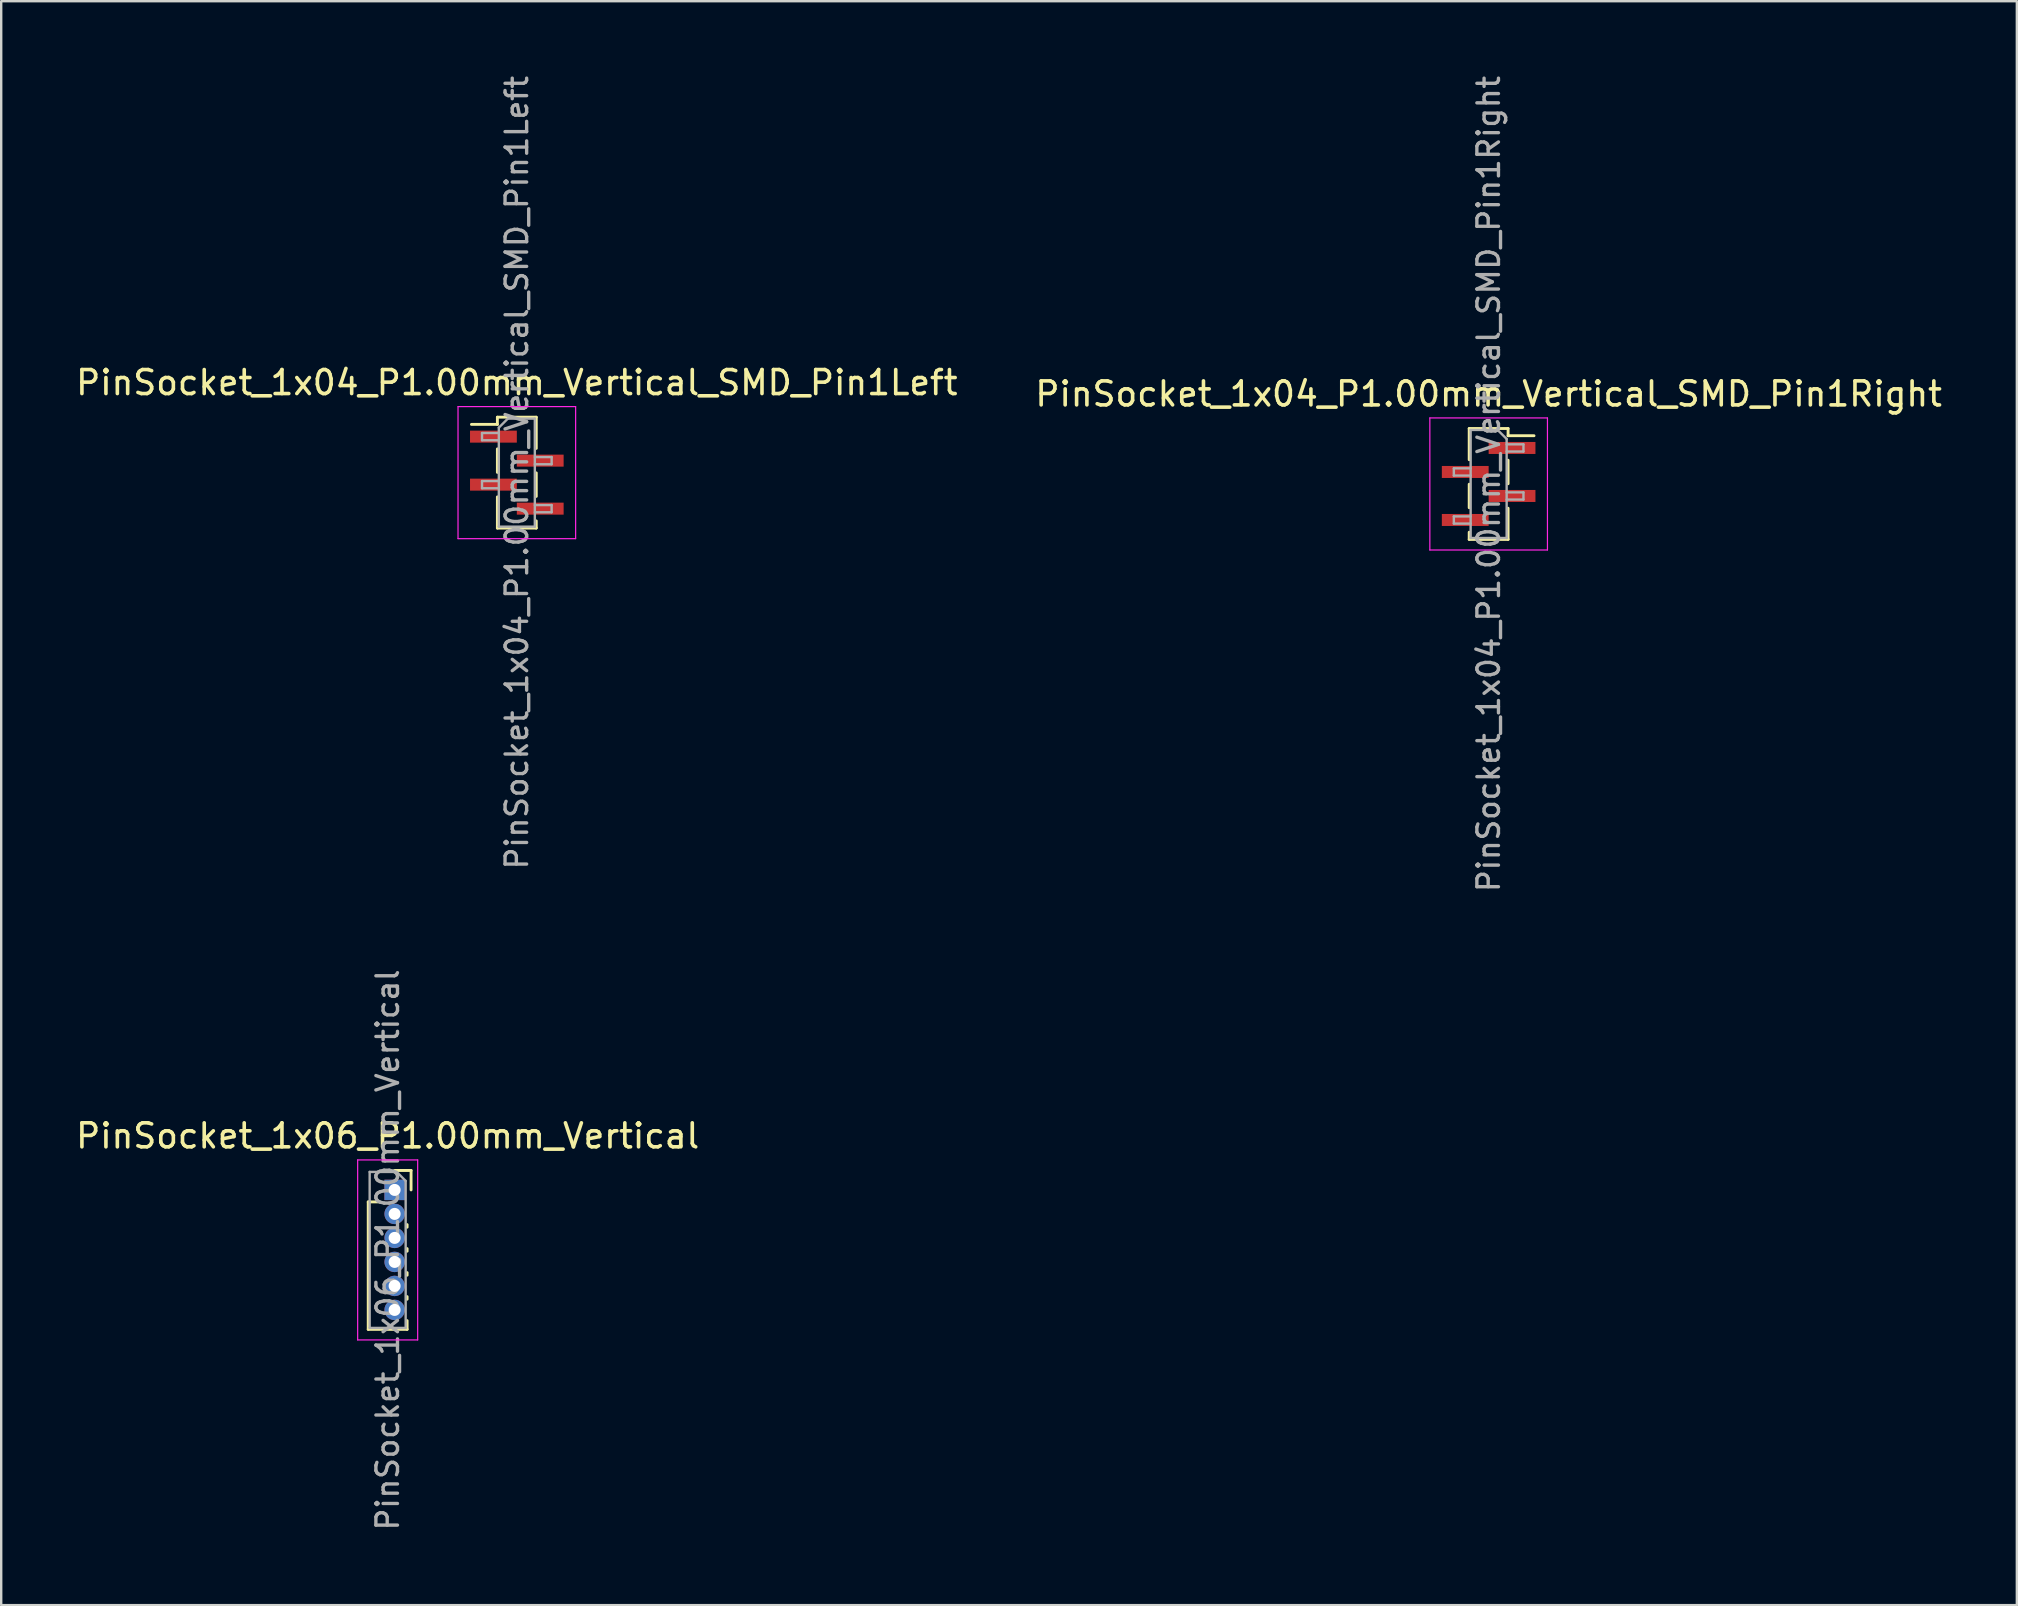
<source format=kicad_pcb>
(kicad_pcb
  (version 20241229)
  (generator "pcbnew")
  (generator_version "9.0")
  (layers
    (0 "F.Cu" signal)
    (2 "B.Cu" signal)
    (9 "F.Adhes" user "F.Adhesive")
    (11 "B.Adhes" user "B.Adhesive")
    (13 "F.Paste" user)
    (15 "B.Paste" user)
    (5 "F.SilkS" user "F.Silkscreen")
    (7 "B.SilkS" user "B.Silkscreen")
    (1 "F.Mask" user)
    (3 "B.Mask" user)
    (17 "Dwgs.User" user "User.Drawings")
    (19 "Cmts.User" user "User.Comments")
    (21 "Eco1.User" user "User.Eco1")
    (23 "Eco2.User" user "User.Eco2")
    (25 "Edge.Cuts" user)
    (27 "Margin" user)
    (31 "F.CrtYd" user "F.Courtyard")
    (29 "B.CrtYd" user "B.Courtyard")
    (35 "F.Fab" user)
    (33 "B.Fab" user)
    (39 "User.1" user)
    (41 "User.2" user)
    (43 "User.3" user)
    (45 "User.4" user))
  (footprint "PinSocket_1x04_P1.00mm_Vertical_SMD_Pin1Right"
    (layer "F.Cu")
    (at 58.97 17.113)
    (property "Reference" "PinSocket_1x04_P1.00mm_Vertical_SMD_Pin1Right" (at 0 -3.75 0) (layer "F.SilkS") (effects (font (size 1 1) (thickness 0.15))))
    (attr smd)
    (fp_line (start -0.81 -2.31) (end -0.81 -1.01) (stroke (width 0.12) (type solid)) (layer "F.SilkS"))
    (fp_line (start -0.81 -2.31) (end 0.81 -2.31) (stroke (width 0.12) (type solid)) (layer "F.SilkS"))
    (fp_line (start -0.81 0.01) (end -0.81 0.99) (stroke (width 0.12) (type solid)) (layer "F.SilkS"))
    (fp_line (start -0.81 2.01) (end -0.81 2.31) (stroke (width 0.12) (type solid)) (layer "F.SilkS"))
    (fp_line (start -0.81 2.31) (end 0.81 2.31) (stroke (width 0.12) (type solid)) (layer "F.SilkS"))
    (fp_line (start 0.81 -2.31) (end 0.81 -2.01) (stroke (width 0.12) (type solid)) (layer "F.SilkS"))
    (fp_line (start 0.81 -2.01) (end 1.89 -2.01) (stroke (width 0.12) (type solid)) (layer "F.SilkS"))
    (fp_line (start 0.81 -0.99) (end 0.81 -0.01) (stroke (width 0.12) (type solid)) (layer "F.SilkS"))
    (fp_line (start 0.81 1.01) (end 0.81 2.31) (stroke (width 0.12) (type solid)) (layer "F.SilkS"))
    (fp_line (start -2.45 -2.75) (end 2.45 -2.75) (stroke (width 0.05) (type solid)) (layer "F.CrtYd"))
    (fp_line (start -2.45 2.75) (end -2.45 -2.75) (stroke (width 0.05) (type solid)) (layer "F.CrtYd"))
    (fp_line (start 2.45 -2.75) (end 2.45 2.75) (stroke (width 0.05) (type solid)) (layer "F.CrtYd"))
    (fp_line (start 2.45 2.75) (end -2.45 2.75) (stroke (width 0.05) (type solid)) (layer "F.CrtYd"))
    (fp_line (start -1.45 -0.65) (end -0.75 -0.65) (stroke (width 0.1) (type solid)) (layer "F.Fab"))
    (fp_line (start -1.45 -0.35) (end -1.45 -0.65) (stroke (width 0.1) (type solid)) (layer "F.Fab"))
    (fp_line (start -1.45 1.35) (end -0.75 1.35) (stroke (width 0.1) (type solid)) (layer "F.Fab"))
    (fp_line (start -1.45 1.65) (end -1.45 1.35) (stroke (width 0.1) (type solid)) (layer "F.Fab"))
    (fp_line (start -0.75 -2.25) (end 0.375 -2.25) (stroke (width 0.1) (type solid)) (layer "F.Fab"))
    (fp_line (start -0.75 -0.35) (end -1.45 -0.35) (stroke (width 0.1) (type solid)) (layer "F.Fab"))
    (fp_line (start -0.75 1.65) (end -1.45 1.65) (stroke (width 0.1) (type solid)) (layer "F.Fab"))
    (fp_line (start -0.75 2.25) (end -0.75 -2.25) (stroke (width 0.1) (type solid)) (layer "F.Fab"))
    (fp_line (start 0.375 -2.25) (end 0.75 -1.875) (stroke (width 0.1) (type solid)) (layer "F.Fab"))
    (fp_line (start 0.75 -1.875) (end 0.75 2.25) (stroke (width 0.1) (type solid)) (layer "F.Fab"))
    (fp_line (start 0.75 -1.65) (end 1.45 -1.65) (stroke (width 0.1) (type solid)) (layer "F.Fab"))
    (fp_line (start 0.75 0.35) (end 1.45 0.35) (stroke (width 0.1) (type solid)) (layer "F.Fab"))
    (fp_line (start 0.75 2.25) (end -0.75 2.25) (stroke (width 0.1) (type solid)) (layer "F.Fab"))
    (fp_line (start 1.45 -1.65) (end 1.45 -1.35) (stroke (width 0.1) (type solid)) (layer "F.Fab"))
    (fp_line (start 1.45 -1.35) (end 0.75 -1.35) (stroke (width 0.1) (type solid)) (layer "F.Fab"))
    (fp_line (start 1.45 0.35) (end 1.45 0.65) (stroke (width 0.1) (type solid)) (layer "F.Fab"))
    (fp_line (start 1.45 0.65) (end 0.75 0.65) (stroke (width 0.1) (type solid)) (layer "F.Fab"))
    (fp_text user "${REFERENCE}" (at 0 0 90) (layer "F.Fab") (effects (font (size 0.9 0.9) (thickness 0.14))))
    (pad "1" smd rect (at 0.975 -1.5) (size 1.95 0.5) (layers "F.Cu" "F.Mask" "F.Paste"))
    (pad "2" smd rect (at -0.975 -0.5) (size 1.95 0.5) (layers "F.Cu" "F.Mask" "F.Paste"))
    (pad "3" smd rect (at 0.975 0.5) (size 1.95 0.5) (layers "F.Cu" "F.Mask" "F.Paste"))
    (pad "4" smd rect (at -0.975 1.5) (size 1.95 0.5) (layers "F.Cu" "F.Mask" "F.Paste")))
  (footprint "PinSocket_1x06_P1.00mm_Vertical"
    (layer "F.Cu")
    (at 13.391 46.524)
    (property "Reference" "PinSocket_1x06_P1.00mm_Vertical" (at -0.29 -2.25 0) (layer "F.SilkS") (effects (font (size 1 1) (thickness 0.15))))
    (attr through_hole)
    (fp_line (start -1.1 0.5) (end -1.1 5.81) (stroke (width 0.12) (type solid)) (layer "F.SilkS"))
    (fp_line (start -1.1 0.5) (end -0.685 0.5) (stroke (width 0.12) (type solid)) (layer "F.SilkS"))
    (fp_line (start -1.1 5.81) (end 0.52 5.81) (stroke (width 0.12) (type solid)) (layer "F.SilkS"))
    (fp_line (start 0 -0.81) (end 0.685 -0.81) (stroke (width 0.12) (type solid)) (layer "F.SilkS"))
    (fp_line (start 0.52 1.446) (end 0.52 1.554) (stroke (width 0.12) (type solid)) (layer "F.SilkS"))
    (fp_line (start 0.52 2.446) (end 0.52 2.554) (stroke (width 0.12) (type solid)) (layer "F.SilkS"))
    (fp_line (start 0.52 3.446) (end 0.52 3.554) (stroke (width 0.12) (type solid)) (layer "F.SilkS"))
    (fp_line (start 0.52 4.446) (end 0.52 4.554) (stroke (width 0.12) (type solid)) (layer "F.SilkS"))
    (fp_line (start 0.52 5.446) (end 0.52 5.81) (stroke (width 0.12) (type solid)) (layer "F.SilkS"))
    (fp_line (start 0.685 -0.81) (end 0.685 0) (stroke (width 0.12) (type solid)) (layer "F.SilkS"))
    (fp_line (start -1.54 -1.25) (end 0.96 -1.25) (stroke (width 0.05) (type solid)) (layer "F.CrtYd"))
    (fp_line (start -1.54 6.25) (end -1.54 -1.25) (stroke (width 0.05) (type solid)) (layer "F.CrtYd"))
    (fp_line (start 0.96 -1.25) (end 0.96 6.25) (stroke (width 0.05) (type solid)) (layer "F.CrtYd"))
    (fp_line (start 0.96 6.25) (end -1.54 6.25) (stroke (width 0.05) (type solid)) (layer "F.CrtYd"))
    (fp_line (start -1.04 -0.75) (end 0.085 -0.75) (stroke (width 0.1) (type solid)) (layer "F.Fab"))
    (fp_line (start -1.04 5.75) (end -1.04 -0.75) (stroke (width 0.1) (type solid)) (layer "F.Fab"))
    (fp_line (start 0.085 -0.75) (end 0.46 -0.375) (stroke (width 0.1) (type solid)) (layer "F.Fab"))
    (fp_line (start 0.46 -0.375) (end 0.46 5.75) (stroke (width 0.1) (type solid)) (layer "F.Fab"))
    (fp_line (start 0.46 5.75) (end -1.04 5.75) (stroke (width 0.1) (type solid)) (layer "F.Fab"))
    (fp_text user "${REFERENCE}" (at -0.29 2.5 90) (layer "F.Fab") (effects (font (size 0.9 0.9) (thickness 0.14))))
    (pad "1" thru_hole rect (at 0 0) (size 0.85 0.85) (drill 0.5) (layers "*.Cu" "*.Mask"))
    (pad "2" thru_hole oval (at 0 1) (size 0.85 0.85) (drill 0.5) (layers "*.Cu" "*.Mask"))
    (pad "3" thru_hole oval (at 0 2) (size 0.85 0.85) (drill 0.5) (layers "*.Cu" "*.Mask"))
    (pad "4" thru_hole oval (at 0 3) (size 0.85 0.85) (drill 0.5) (layers "*.Cu" "*.Mask"))
    (pad "5" thru_hole oval (at 0 4) (size 0.85 0.85) (drill 0.5) (layers "*.Cu" "*.Mask"))
    (pad "6" thru_hole oval (at 0 5) (size 0.85 0.85) (drill 0.5) (layers "*.Cu" "*.Mask")))
  (footprint "PinSocket_1x04_P1.00mm_Vertical_SMD_Pin1Left"
    (layer "F.Cu")
    (at 18.482 16.641)
    (property "Reference" "PinSocket_1x04_P1.00mm_Vertical_SMD_Pin1Left" (at 0 -3.75 0) (layer "F.SilkS") (effects (font (size 1 1) (thickness 0.15))))
    (attr smd)
    (fp_line (start -1.89 -2.01) (end -0.81 -2.01) (stroke (width 0.12) (type solid)) (layer "F.SilkS"))
    (fp_line (start -0.81 -2.31) (end -0.81 -2.01) (stroke (width 0.12) (type solid)) (layer "F.SilkS"))
    (fp_line (start -0.81 -2.31) (end 0.81 -2.31) (stroke (width 0.12) (type solid)) (layer "F.SilkS"))
    (fp_line (start -0.81 -0.99) (end -0.81 -0.01) (stroke (width 0.12) (type solid)) (layer "F.SilkS"))
    (fp_line (start -0.81 1.01) (end -0.81 2.31) (stroke (width 0.12) (type solid)) (layer "F.SilkS"))
    (fp_line (start -0.81 2.31) (end 0.81 2.31) (stroke (width 0.12) (type solid)) (layer "F.SilkS"))
    (fp_line (start 0.81 -2.31) (end 0.81 -1.01) (stroke (width 0.12) (type solid)) (layer "F.SilkS"))
    (fp_line (start 0.81 0.01) (end 0.81 0.99) (stroke (width 0.12) (type solid)) (layer "F.SilkS"))
    (fp_line (start 0.81 2.01) (end 0.81 2.31) (stroke (width 0.12) (type solid)) (layer "F.SilkS"))
    (fp_line (start -2.45 -2.75) (end 2.45 -2.75) (stroke (width 0.05) (type solid)) (layer "F.CrtYd"))
    (fp_line (start -2.45 2.75) (end -2.45 -2.75) (stroke (width 0.05) (type solid)) (layer "F.CrtYd"))
    (fp_line (start 2.45 -2.75) (end 2.45 2.75) (stroke (width 0.05) (type solid)) (layer "F.CrtYd"))
    (fp_line (start 2.45 2.75) (end -2.45 2.75) (stroke (width 0.05) (type solid)) (layer "F.CrtYd"))
    (fp_line (start -1.45 -1.65) (end -0.75 -1.65) (stroke (width 0.1) (type solid)) (layer "F.Fab"))
    (fp_line (start -1.45 -1.35) (end -1.45 -1.65) (stroke (width 0.1) (type solid)) (layer "F.Fab"))
    (fp_line (start -1.45 0.35) (end -0.75 0.35) (stroke (width 0.1) (type solid)) (layer "F.Fab"))
    (fp_line (start -1.45 0.65) (end -1.45 0.35) (stroke (width 0.1) (type solid)) (layer "F.Fab"))
    (fp_line (start -0.75 -1.875) (end -0.375 -2.25) (stroke (width 0.1) (type solid)) (layer "F.Fab"))
    (fp_line (start -0.75 -1.35) (end -1.45 -1.35) (stroke (width 0.1) (type solid)) (layer "F.Fab"))
    (fp_line (start -0.75 0.65) (end -1.45 0.65) (stroke (width 0.1) (type solid)) (layer "F.Fab"))
    (fp_line (start -0.75 2.25) (end -0.75 -1.875) (stroke (width 0.1) (type solid)) (layer "F.Fab"))
    (fp_line (start -0.375 -2.25) (end 0.75 -2.25) (stroke (width 0.1) (type solid)) (layer "F.Fab"))
    (fp_line (start 0.75 -2.25) (end 0.75 2.25) (stroke (width 0.1) (type solid)) (layer "F.Fab"))
    (fp_line (start 0.75 -0.65) (end 1.45 -0.65) (stroke (width 0.1) (type solid)) (layer "F.Fab"))
    (fp_line (start 0.75 1.35) (end 1.45 1.35) (stroke (width 0.1) (type solid)) (layer "F.Fab"))
    (fp_line (start 0.75 2.25) (end -0.75 2.25) (stroke (width 0.1) (type solid)) (layer "F.Fab"))
    (fp_line (start 1.45 -0.65) (end 1.45 -0.35) (stroke (width 0.1) (type solid)) (layer "F.Fab"))
    (fp_line (start 1.45 -0.35) (end 0.75 -0.35) (stroke (width 0.1) (type solid)) (layer "F.Fab"))
    (fp_line (start 1.45 1.35) (end 1.45 1.65) (stroke (width 0.1) (type solid)) (layer "F.Fab"))
    (fp_line (start 1.45 1.65) (end 0.75 1.65) (stroke (width 0.1) (type solid)) (layer "F.Fab"))
    (fp_text user "${REFERENCE}" (at 0 0 90) (layer "F.Fab") (effects (font (size 0.9 0.9) (thickness 0.14))))
    (pad "1" smd rect (at -0.975 -1.5) (size 1.95 0.5) (layers "F.Cu" "F.Mask" "F.Paste"))
    (pad "2" smd rect (at 0.975 -0.5) (size 1.95 0.5) (layers "F.Cu" "F.Mask" "F.Paste"))
    (pad "3" smd rect (at -0.975 0.5) (size 1.95 0.5) (layers "F.Cu" "F.Mask" "F.Paste"))
    (pad "4" smd rect (at 0.975 1.5) (size 1.95 0.5) (layers "F.Cu" "F.Mask" "F.Paste")))
  (gr_rect
    (start -3 -3)
    (end 80.976 63.823)
    (stroke (width 0.1) (type default))
    (fill no)
    (layer "Edge.Cuts")))
</source>
